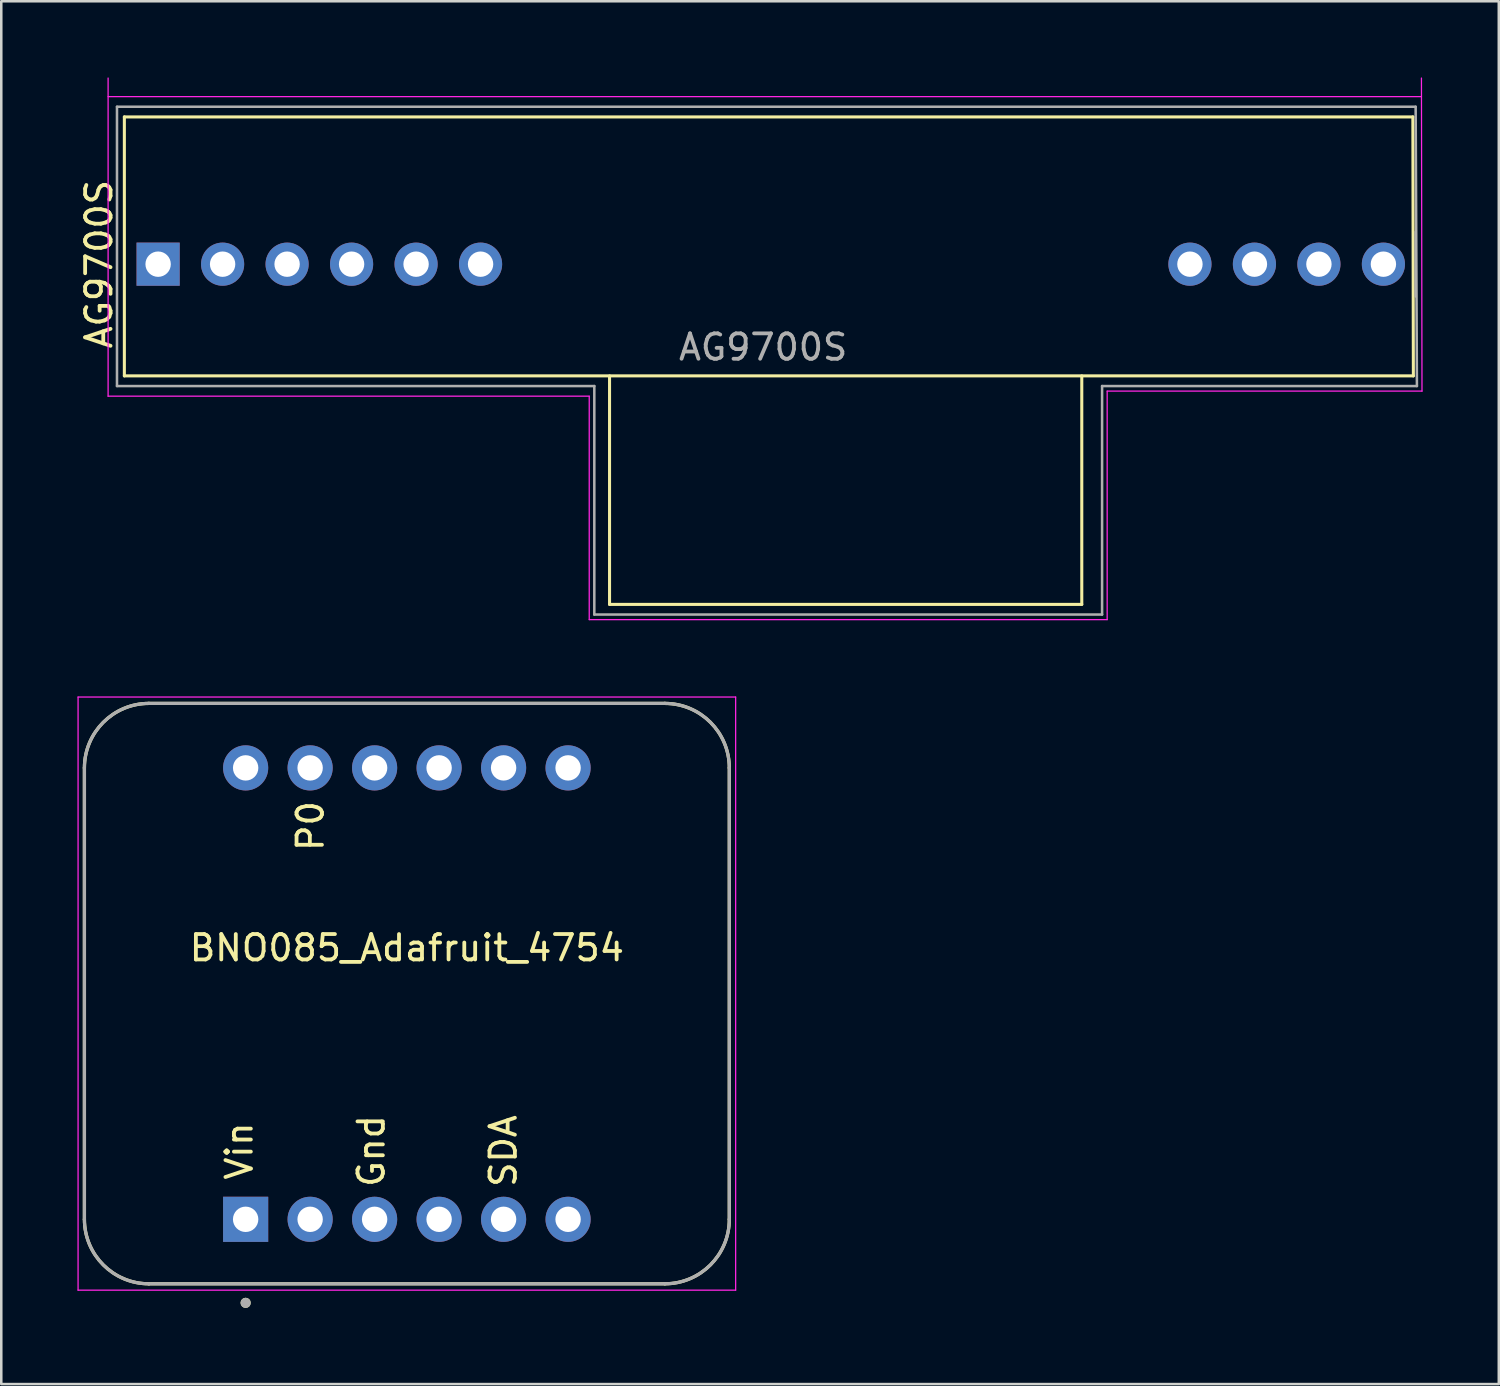
<source format=kicad_pcb>
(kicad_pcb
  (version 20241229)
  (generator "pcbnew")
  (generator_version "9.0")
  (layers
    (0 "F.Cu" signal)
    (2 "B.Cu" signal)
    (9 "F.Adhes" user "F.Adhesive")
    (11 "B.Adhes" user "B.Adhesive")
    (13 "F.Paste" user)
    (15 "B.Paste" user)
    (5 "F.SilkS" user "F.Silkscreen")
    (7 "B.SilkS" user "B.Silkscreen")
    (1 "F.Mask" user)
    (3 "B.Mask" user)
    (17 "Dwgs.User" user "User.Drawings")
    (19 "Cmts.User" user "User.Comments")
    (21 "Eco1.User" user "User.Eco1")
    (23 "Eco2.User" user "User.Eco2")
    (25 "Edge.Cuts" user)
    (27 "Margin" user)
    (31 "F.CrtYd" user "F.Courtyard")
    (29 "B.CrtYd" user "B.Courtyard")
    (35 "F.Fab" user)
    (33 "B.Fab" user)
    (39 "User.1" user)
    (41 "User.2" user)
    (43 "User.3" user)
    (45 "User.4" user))
  (footprint "AG9700S"
    (layer "F.Cu")
    (at 39.358 5.755)
    (property "Reference" "AG9700S" (at -38.51 1.6 90) (layer "F.SilkS") (effects (font (size 1 1) (thickness 0.15))))
    (attr through_hole)
    (fp_line (start -37.51 -4.2) (end 13.24 -4.2) (stroke (width 0.12) (type solid)) (layer "F.SilkS"))
    (fp_line (start -37.51 6) (end -37.51 -4.2) (stroke (width 0.12) (type solid)) (layer "F.SilkS"))
    (fp_line (start -37.51 6) (end 13.26 6) (stroke (width 0.12) (type solid)) (layer "F.SilkS"))
    (fp_line (start -18.4 15) (end -18.4 6) (stroke (width 0.12) (type solid)) (layer "F.SilkS"))
    (fp_line (start 0.2 6) (end 0.2 15) (stroke (width 0.12) (type solid)) (layer "F.SilkS"))
    (fp_line (start 0.2 15) (end -18.4 15) (stroke (width 0.12) (type solid)) (layer "F.SilkS"))
    (fp_line (start 13.24 -4.2) (end 13.26 6) (stroke (width 0.12) (type solid)) (layer "F.SilkS"))
    (fp_line (start -38.15 -5.73) (end -38.15 6.8) (stroke (width 0.05) (type solid)) (layer "F.CrtYd"))
    (fp_line (start -38.15 6.8) (end -19.2 6.8) (stroke (width 0.05) (type solid)) (layer "F.CrtYd"))
    (fp_line (start -19.2 6.8) (end -19.2 15.6) (stroke (width 0.05) (type solid)) (layer "F.CrtYd"))
    (fp_line (start -19.2 15.6) (end 1.2 15.6) (stroke (width 0.05) (type solid)) (layer "F.CrtYd"))
    (fp_line (start 1.2 6.6) (end 13.6 6.6) (stroke (width 0.05) (type solid)) (layer "F.CrtYd"))
    (fp_line (start 1.2 15.6) (end 1.2 6.6) (stroke (width 0.05) (type solid)) (layer "F.CrtYd"))
    (fp_line (start 13.578 -5) (end -38.15 -5) (stroke (width 0.05) (type solid)) (layer "F.CrtYd"))
    (fp_line (start 13.6 6.6) (end 13.578 -5.73) (stroke (width 0.05) (type solid)) (layer "F.CrtYd"))
    (fp_line (start -37.8 -4.6) (end 13.35 -4.6) (stroke (width 0.1) (type solid)) (layer "F.Fab"))
    (fp_line (start -37.8 6.4) (end -37.8 -4.6) (stroke (width 0.1) (type solid)) (layer "F.Fab"))
    (fp_line (start -19 6.4) (end -37.8 6.4) (stroke (width 0.1) (type solid)) (layer "F.Fab"))
    (fp_line (start -19 15.4) (end -19 6.4) (stroke (width 0.1) (type solid)) (layer "F.Fab"))
    (fp_line (start 1 6.4) (end 13.4 6.4) (stroke (width 0.1) (type solid)) (layer "F.Fab"))
    (fp_line (start 1 15.4) (end -19 15.4) (stroke (width 0.1) (type solid)) (layer "F.Fab"))
    (fp_line (start 1 15.4) (end 1 6.4) (stroke (width 0.1) (type solid)) (layer "F.Fab"))
    (fp_line (start 13.35 0.33) (end 13.35 2.87) (stroke (width 0.1) (type solid)) (layer "F.Fab"))
    (fp_line (start 13.4 6.4) (end 13.35 -4.6) (stroke (width 0.1) (type solid)) (layer "F.Fab"))
    (fp_text user "${REFERENCE}" (at -12.35 4.87 180) (layer "F.Fab") (effects (font (size 1 1) (thickness 0.15))))
    (pad "1" thru_hole rect (at -36.18 1.6 90) (size 1.7 1.7) (drill 1) (layers "*.Cu" "*.Mask"))
    (pad "2" thru_hole oval (at -33.64 1.6 90) (size 1.7 1.7) (drill 1) (layers "*.Cu" "*.Mask"))
    (pad "3" thru_hole oval (at -31.1 1.6 90) (size 1.7 1.7) (drill 1) (layers "*.Cu" "*.Mask"))
    (pad "4" thru_hole oval (at -28.56 1.6 90) (size 1.7 1.7) (drill 1) (layers "*.Cu" "*.Mask"))
    (pad "5" thru_hole oval (at -26.02 1.6 90) (size 1.7 1.7) (drill 1) (layers "*.Cu" "*.Mask"))
    (pad "6" thru_hole oval (at -23.48 1.6 90) (size 1.7 1.7) (drill 1) (layers "*.Cu" "*.Mask"))
    (pad "7" thru_hole oval (at 4.46 1.6 90) (size 1.7 1.7) (drill 1) (layers "*.Cu" "*.Mask"))
    (pad "8" thru_hole oval (at 7 1.6 90) (size 1.7 1.7) (drill 1) (layers "*.Cu" "*.Mask"))
    (pad "9" thru_hole oval (at 9.54 1.6 90) (size 1.7 1.7) (drill 1) (layers "*.Cu" "*.Mask"))
    (pad "10" thru_hole oval (at 12.08 1.6 90) (size 1.7 1.7) (drill 1) (layers "*.Cu" "*.Mask")))
  (footprint "BNO085_Adafruit_4754"
    (layer "F.Cu")
    (at 12.975 36.085)
    (property "Reference" "BNO085_Adafruit_4754" (at 0 -1.8 0) (layer "F.SilkS") (effects (font (size 1 1) (thickness 0.15))))
    (attr through_hole)
    (fp_line (start -12.7 -8.89) (end -12.7 8.89) (stroke (width 0.127) (type solid)) (layer "F.SilkS"))
    (fp_line (start -10.16 11.43) (end 10.16 11.43) (stroke (width 0.127) (type solid)) (layer "F.SilkS"))
    (fp_line (start 10.16 -11.43) (end -10.16 -11.43) (stroke (width 0.127) (type solid)) (layer "F.SilkS"))
    (fp_line (start 12.7 8.89) (end 12.7 -8.89) (stroke (width 0.127) (type solid)) (layer "F.SilkS"))
    (fp_arc (start -12.7 -8.89) (mid -11.956051 -10.686051) (end -10.16 -11.43) (stroke (width 0.127) (type solid)) (layer "F.SilkS"))
    (fp_arc (start -10.16 11.43) (mid -11.956051 10.686051) (end -12.7 8.89) (stroke (width 0.127) (type solid)) (layer "F.SilkS"))
    (fp_arc (start 10.16 -11.43) (mid 11.956051 -10.686051) (end 12.7 -8.89) (stroke (width 0.127) (type solid)) (layer "F.SilkS"))
    (fp_arc (start 12.7 8.89) (mid 11.956051 10.686051) (end 10.16 11.43) (stroke (width 0.127) (type solid)) (layer "F.SilkS"))
    (fp_circle (center -6.35 12.18) (end -6.25 12.18) (stroke (width 0.2) (type solid)) (fill no) (layer "F.SilkS"))
    (fp_line (start -12.95 -11.68) (end -12.95 11.68) (stroke (width 0.05) (type solid)) (layer "F.CrtYd"))
    (fp_line (start -12.95 11.68) (end 12.95 11.68) (stroke (width 0.05) (type solid)) (layer "F.CrtYd"))
    (fp_line (start 12.95 -11.68) (end -12.95 -11.68) (stroke (width 0.05) (type solid)) (layer "F.CrtYd"))
    (fp_line (start 12.95 11.68) (end 12.95 -11.68) (stroke (width 0.05) (type solid)) (layer "F.CrtYd"))
    (fp_line (start -12.7 -8.89) (end -12.7 8.89) (stroke (width 0.127) (type solid)) (layer "F.Fab"))
    (fp_line (start -10.16 11.43) (end 10.16 11.43) (stroke (width 0.127) (type solid)) (layer "F.Fab"))
    (fp_line (start 10.16 -11.43) (end -10.16 -11.43) (stroke (width 0.127) (type solid)) (layer "F.Fab"))
    (fp_line (start 12.7 8.89) (end 12.7 -8.89) (stroke (width 0.127) (type solid)) (layer "F.Fab"))
    (fp_arc (start -12.7 -8.89) (mid -11.956051 -10.686051) (end -10.16 -11.43) (stroke (width 0.127) (type solid)) (layer "F.Fab"))
    (fp_arc (start -10.16 11.43) (mid -11.956051 10.686051) (end -12.7 8.89) (stroke (width 0.127) (type solid)) (layer "F.Fab"))
    (fp_arc (start 10.16 -11.43) (mid 11.956051 -10.686051) (end 12.7 -8.89) (stroke (width 0.127) (type solid)) (layer "F.Fab"))
    (fp_arc (start 12.7 8.89) (mid 11.956051 10.686051) (end 10.16 11.43) (stroke (width 0.127) (type solid)) (layer "F.Fab"))
    (fp_circle (center -6.35 12.18) (end -6.25 12.18) (stroke (width 0.2) (type solid)) (fill no) (layer "F.Fab"))
    (fp_text user "P0" (at -3.8 -6.6 90) (unlocked yes) (layer "F.SilkS") (effects (font (size 1 1) (thickness 0.15))))
    (fp_text user "Gnd" (at -1.4 6.2 90) (unlocked yes) (layer "F.SilkS") (effects (font (size 1 1) (thickness 0.15))))
    (fp_text user "Vin" (at -6.6 6.2 90) (unlocked yes) (layer "F.SilkS") (effects (font (size 1 1) (thickness 0.15))))
    (fp_text user "SDA" (at 3.8 6.2 90) (unlocked yes) (layer "F.SilkS") (effects (font (size 1 1) (thickness 0.15))))
    (pad "JP1_1" thru_hole rect (at -6.35 8.89) (size 1.778 1.778) (drill 1) (layers "*.Cu" "*.Mask"))
    (pad "JP1_2" thru_hole circle (at -3.81 8.89) (size 1.778 1.778) (drill 1) (layers "*.Cu" "*.Mask"))
    (pad "JP1_3" thru_hole circle (at -1.27 8.89) (size 1.778 1.778) (drill 1) (layers "*.Cu" "*.Mask"))
    (pad "JP1_4" thru_hole circle (at 1.27 8.89) (size 1.778 1.778) (drill 1) (layers "*.Cu" "*.Mask"))
    (pad "JP1_5" thru_hole circle (at 3.81 8.89) (size 1.778 1.778) (drill 1) (layers "*.Cu" "*.Mask"))
    (pad "JP1_6" thru_hole circle (at 6.35 8.89) (size 1.778 1.778) (drill 1) (layers "*.Cu" "*.Mask"))
    (pad "JP2_1" thru_hole circle (at -6.35 -8.89) (size 1.778 1.778) (drill 1) (layers "*.Cu" "*.Mask"))
    (pad "JP2_2" thru_hole circle (at -3.81 -8.89) (size 1.778 1.778) (drill 1) (layers "*.Cu" "*.Mask"))
    (pad "JP2_3" thru_hole circle (at -1.27 -8.89) (size 1.778 1.778) (drill 1) (layers "*.Cu" "*.Mask"))
    (pad "JP2_4" thru_hole circle (at 1.27 -8.89) (size 1.778 1.778) (drill 1) (layers "*.Cu" "*.Mask"))
    (pad "JP2_5" thru_hole circle (at 3.81 -8.89) (size 1.778 1.778) (drill 1) (layers "*.Cu" "*.Mask"))
    (pad "JP2_6" thru_hole circle (at 6.35 -8.89) (size 1.778 1.778) (drill 1) (layers "*.Cu" "*.Mask")))
  (gr_rect
    (start -3 -3)
    (end 55.983 51.465)
    (stroke (width 0.1) (type default))
    (fill no)
    (layer "Edge.Cuts")))
</source>
